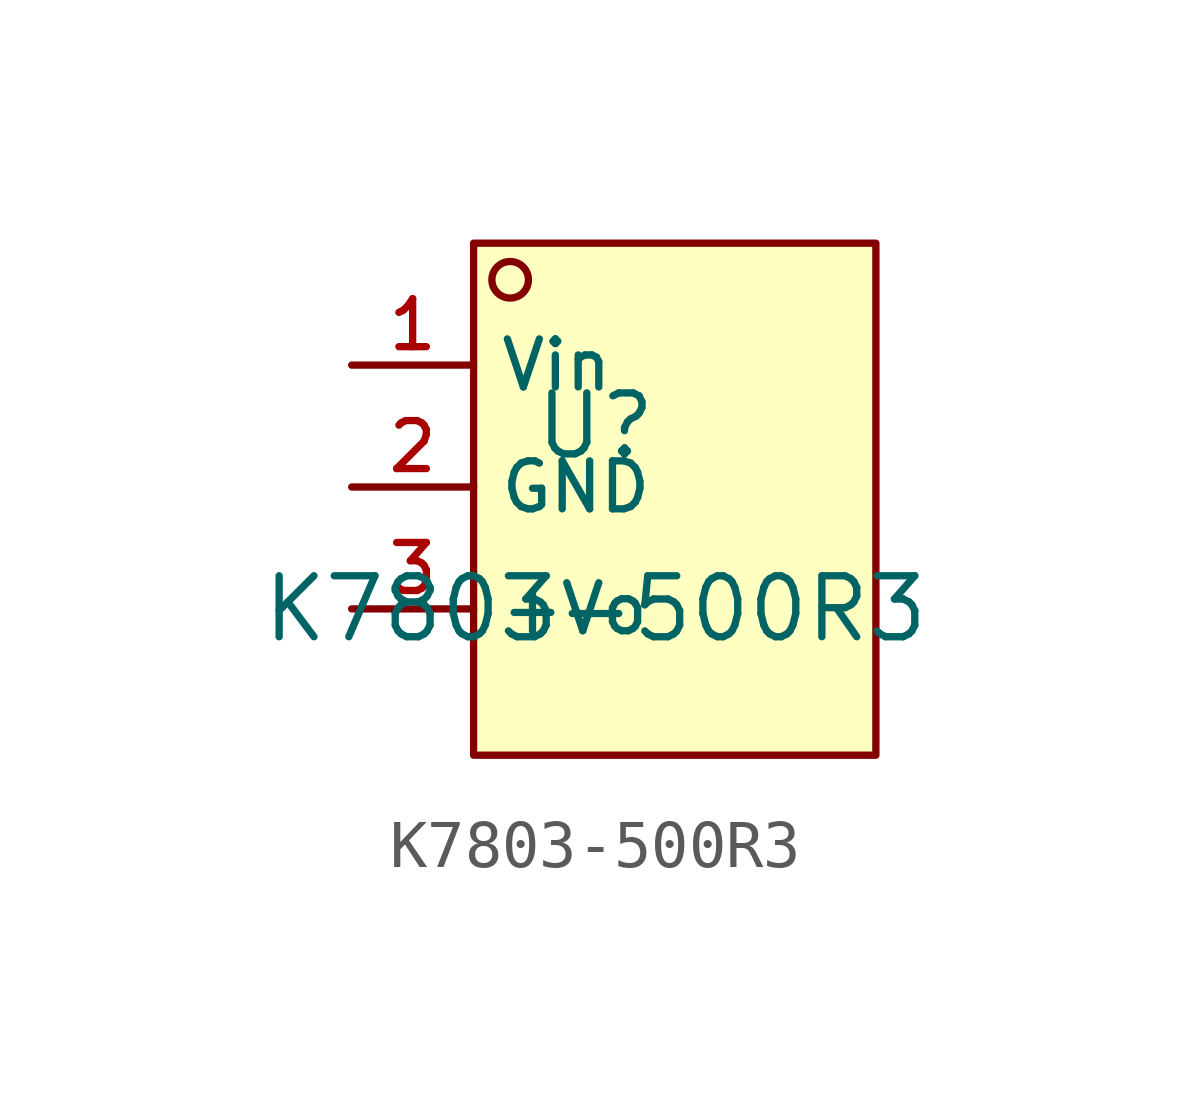
<source format=kicad_sym>
(kicad_symbol_lib
  (version 20210201)
  (generator TousstNicolas/JLC2KiCad_lib)
  (symbol "K7803-500R3"
    (property "Reference" "U"
      (at 0 1.27 0)
      (effects (font (size 1.27 1.27))))
    (property "Value" "K7803-500R3"
      (at 0 -2.54 0)
      (effects (font (size 1.27 1.27))))
    (symbol "K7803-500R3_0_1"
      (rectangle (start -2.54 5.08) (end 5.842 -5.588) (stroke (width 0) (type default) (color 0 0 0 0)) (fill (type background)))
      (circle (center -1.778 4.318) (radius 0.381) (stroke (width 0) (type default) (color 0 0 0 0)) (fill (type background)))
      (pin unspecified line (at -5.08 2.54 0) (length 2.54) (name "Vin" (effects (font (size 1 1)))) (number "1" (effects (font (size 1 1)))))
      (pin unspecified line (at -5.08 -0.0 0) (length 2.54) (name "GND" (effects (font (size 1 1)))) (number "2" (effects (font (size 1 1)))))
      (pin unspecified line (at -5.08 -2.54 0) (length 2.54) (name "+Vo" (effects (font (size 1 1)))) (number "3" (effects (font (size 1 1))))))))
</source>
